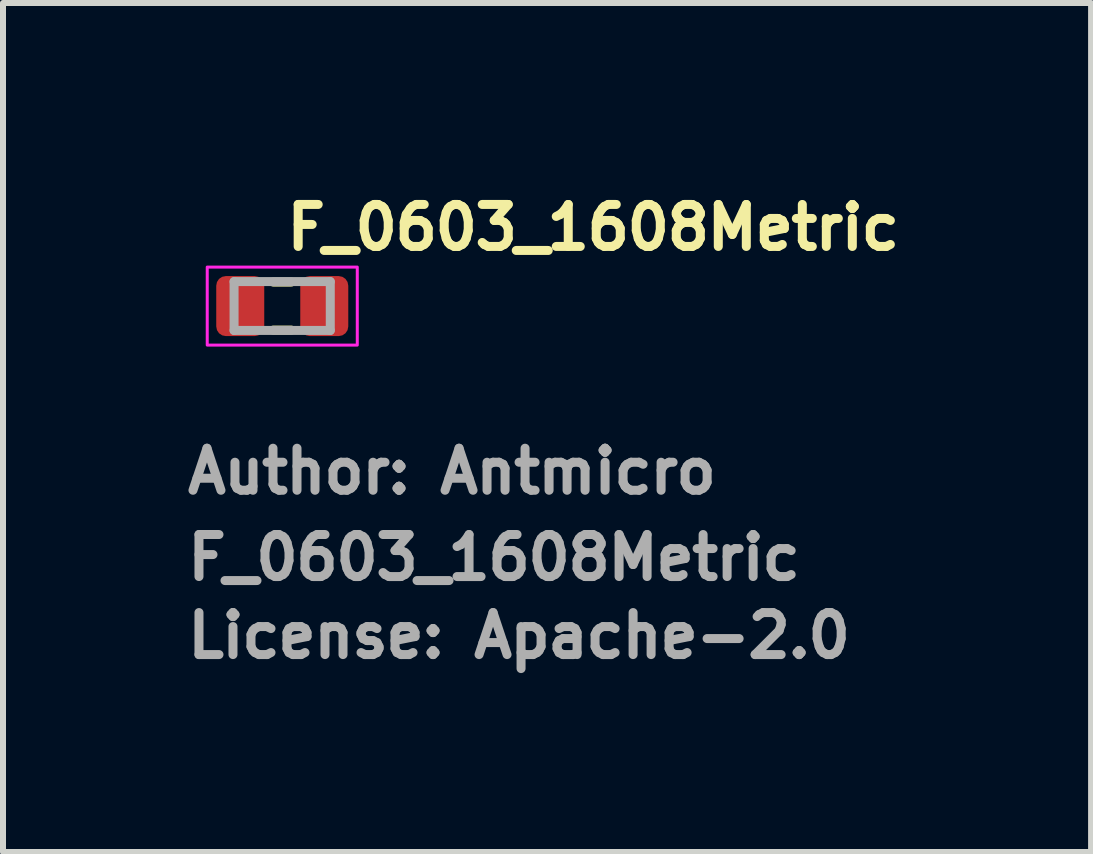
<source format=kicad_pcb>
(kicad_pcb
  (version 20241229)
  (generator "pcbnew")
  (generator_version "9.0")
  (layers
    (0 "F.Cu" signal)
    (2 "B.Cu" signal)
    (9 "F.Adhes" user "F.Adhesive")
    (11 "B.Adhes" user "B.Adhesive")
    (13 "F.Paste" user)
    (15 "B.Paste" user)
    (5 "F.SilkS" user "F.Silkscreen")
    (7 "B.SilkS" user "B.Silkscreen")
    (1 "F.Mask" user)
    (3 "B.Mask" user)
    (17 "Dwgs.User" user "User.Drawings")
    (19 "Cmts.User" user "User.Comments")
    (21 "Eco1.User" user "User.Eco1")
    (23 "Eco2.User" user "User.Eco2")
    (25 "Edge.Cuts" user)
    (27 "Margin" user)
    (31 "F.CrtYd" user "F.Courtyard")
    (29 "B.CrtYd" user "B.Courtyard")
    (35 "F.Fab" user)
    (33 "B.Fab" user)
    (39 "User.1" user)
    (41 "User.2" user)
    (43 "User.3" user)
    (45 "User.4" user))
  (footprint "F_0603_1608Metric"
    (layer "F.Cu")
    (at 1.653 2.05)
    (property "Reference" "F_0603_1608Metric" (at 0 -0.9 0) (layer "F.SilkS") (effects (font (size 0.7 0.7) (thickness 0.15)) (justify left bottom)))
    (attr smd)
    (fp_line (start -0.15 -0.4) (end 0.15 -0.4) (stroke (width 0.15) (type solid)) (layer "F.SilkS"))
    (fp_line (start -0.15 0.4) (end 0.15 0.4) (stroke (width 0.15) (type solid)) (layer "F.SilkS"))
    (fp_rect (start -1.25 -0.65) (end 1.25 0.65) (stroke (width 0.05) (type solid)) (fill no) (layer "F.CrtYd"))
    (fp_line (start -0.803 0.406) (end -0.803 -0.408) (stroke (width 0.15) (type solid)) (layer "F.Fab"))
    (fp_line (start 0.8 -0.408) (end -0.803 -0.408) (stroke (width 0.15) (type solid)) (layer "F.Fab"))
    (fp_line (start 0.8 -0.408) (end 0.8 0.406) (stroke (width 0.15) (type solid)) (layer "F.Fab"))
    (fp_line (start 0.8 0.406) (end -0.803 0.406) (stroke (width 0.15) (type solid)) (layer "F.Fab"))
    (fp_rect (start -0.802 -0.402) (end 0.8 0.4) (stroke (width 0.1) (type solid)) (fill no) (layer "User.5"))
    (fp_line (start -0.802 -0.392) (end -0.802 -0.392) (stroke (width 0.02) (type solid)) (layer "User.9"))
    (fp_line (start -0.802 -0.392) (end -0.801 -0.391) (stroke (width 0.02) (type solid)) (layer "User.9"))
    (fp_line (start -0.802 0.39) (end -0.802 -0.392) (stroke (width 0.02) (type solid)) (layer "User.9"))
    (fp_line (start -0.802 0.39) (end -0.802 0.39) (stroke (width 0.02) (type solid)) (layer "User.9"))
    (fp_line (start -0.802 0.39) (end -0.801 0.39) (stroke (width 0.02) (type solid)) (layer "User.9"))
    (fp_line (start -0.801 -0.396) (end -0.801 -0.395) (stroke (width 0.02) (type solid)) (layer "User.9"))
    (fp_line (start -0.801 -0.395) (end -0.801 -0.395) (stroke (width 0.02) (type solid)) (layer "User.9"))
    (fp_line (start -0.801 -0.395) (end -0.801 -0.394) (stroke (width 0.02) (type solid)) (layer "User.9"))
    (fp_line (start -0.801 -0.394) (end -0.801 -0.394) (stroke (width 0.02) (type solid)) (layer "User.9"))
    (fp_line (start -0.801 -0.394) (end -0.801 -0.394) (stroke (width 0.02) (type solid)) (layer "User.9"))
    (fp_line (start -0.801 -0.394) (end -0.801 -0.393) (stroke (width 0.02) (type solid)) (layer "User.9"))
    (fp_line (start -0.801 -0.393) (end -0.801 -0.393) (stroke (width 0.02) (type solid)) (layer "User.9"))
    (fp_line (start -0.801 -0.393) (end -0.801 -0.392) (stroke (width 0.02) (type solid)) (layer "User.9"))
    (fp_line (start -0.801 -0.392) (end -0.802 -0.392) (stroke (width 0.02) (type solid)) (layer "User.9"))
    (fp_line (start -0.801 -0.391) (end -0.801 -0.39) (stroke (width 0.02) (type solid)) (layer "User.9"))
    (fp_line (start -0.801 -0.39) (end -0.801 -0.39) (stroke (width 0.02) (type solid)) (layer "User.9"))
    (fp_line (start -0.801 -0.39) (end -0.801 -0.389) (stroke (width 0.02) (type solid)) (layer "User.9"))
    (fp_line (start -0.801 -0.389) (end -0.801 -0.389) (stroke (width 0.02) (type solid)) (layer "User.9"))
    (fp_line (start -0.801 -0.389) (end -0.801 -0.389) (stroke (width 0.02) (type solid)) (layer "User.9"))
    (fp_line (start -0.801 -0.389) (end -0.801 -0.388) (stroke (width 0.02) (type solid)) (layer "User.9"))
    (fp_line (start -0.801 -0.388) (end -0.801 -0.388) (stroke (width 0.02) (type solid)) (layer "User.9"))
    (fp_line (start -0.801 -0.388) (end -0.801 -0.387) (stroke (width 0.02) (type solid)) (layer "User.9"))
    (fp_line (start -0.801 -0.387) (end -0.8 -0.387) (stroke (width 0.02) (type solid)) (layer "User.9"))
    (fp_line (start -0.801 0.385) (end -0.801 0.386) (stroke (width 0.02) (type solid)) (layer "User.9"))
    (fp_line (start -0.801 0.386) (end -0.801 0.386) (stroke (width 0.02) (type solid)) (layer "User.9"))
    (fp_line (start -0.801 0.386) (end -0.801 0.387) (stroke (width 0.02) (type solid)) (layer "User.9"))
    (fp_line (start -0.801 0.387) (end -0.801 0.387) (stroke (width 0.02) (type solid)) (layer "User.9"))
    (fp_line (start -0.801 0.387) (end -0.801 0.387) (stroke (width 0.02) (type solid)) (layer "User.9"))
    (fp_line (start -0.801 0.387) (end -0.801 0.388) (stroke (width 0.02) (type solid)) (layer "User.9"))
    (fp_line (start -0.801 0.388) (end -0.801 0.388) (stroke (width 0.02) (type solid)) (layer "User.9"))
    (fp_line (start -0.801 0.388) (end -0.801 0.389) (stroke (width 0.02) (type solid)) (layer "User.9"))
    (fp_line (start -0.801 0.389) (end -0.802 0.39) (stroke (width 0.02) (type solid)) (layer "User.9"))
    (fp_line (start -0.801 0.39) (end -0.801 0.391) (stroke (width 0.02) (type solid)) (layer "User.9"))
    (fp_line (start -0.801 0.391) (end -0.801 0.391) (stroke (width 0.02) (type solid)) (layer "User.9"))
    (fp_line (start -0.801 0.391) (end -0.801 0.392) (stroke (width 0.02) (type solid)) (layer "User.9"))
    (fp_line (start -0.801 0.392) (end -0.801 0.392) (stroke (width 0.02) (type solid)) (layer "User.9"))
    (fp_line (start -0.801 0.392) (end -0.801 0.392) (stroke (width 0.02) (type solid)) (layer "User.9"))
    (fp_line (start -0.801 0.392) (end -0.801 0.393) (stroke (width 0.02) (type solid)) (layer "User.9"))
    (fp_line (start -0.801 0.393) (end -0.801 0.393) (stroke (width 0.02) (type solid)) (layer "User.9"))
    (fp_line (start -0.801 0.393) (end -0.801 0.394) (stroke (width 0.02) (type solid)) (layer "User.9"))
    (fp_line (start -0.801 0.394) (end -0.8 0.394) (stroke (width 0.02) (type solid)) (layer "User.9"))
    (fp_line (start -0.8 -0.397) (end -0.8 -0.397) (stroke (width 0.02) (type solid)) (layer "User.9"))
    (fp_line (start -0.8 -0.397) (end -0.8 -0.397) (stroke (width 0.02) (type solid)) (layer "User.9"))
    (fp_line (start -0.8 -0.397) (end -0.8 -0.396) (stroke (width 0.02) (type solid)) (layer "User.9"))
    (fp_line (start -0.8 -0.396) (end -0.801 -0.396) (stroke (width 0.02) (type solid)) (layer "User.9"))
    (fp_line (start -0.8 -0.387) (end -0.8 -0.386) (stroke (width 0.02) (type solid)) (layer "User.9"))
    (fp_line (start -0.8 -0.386) (end -0.8 -0.386) (stroke (width 0.02) (type solid)) (layer "User.9"))
    (fp_line (start -0.8 -0.386) (end -0.8 -0.386) (stroke (width 0.02) (type solid)) (layer "User.9"))
    (fp_line (start -0.8 -0.386) (end -0.799 -0.384) (stroke (width 0.02) (type solid)) (layer "User.9"))
    (fp_line (start -0.8 0.384) (end -0.8 0.384) (stroke (width 0.02) (type solid)) (layer "User.9"))
    (fp_line (start -0.8 0.384) (end -0.8 0.384) (stroke (width 0.02) (type solid)) (layer "User.9"))
    (fp_line (start -0.8 0.384) (end -0.8 0.385) (stroke (width 0.02) (type solid)) (layer "User.9"))
    (fp_line (start -0.8 0.385) (end -0.801 0.385) (stroke (width 0.02) (type solid)) (layer "User.9"))
    (fp_line (start -0.8 0.394) (end -0.8 0.395) (stroke (width 0.02) (type solid)) (layer "User.9"))
    (fp_line (start -0.8 0.395) (end -0.8 0.395) (stroke (width 0.02) (type solid)) (layer "User.9"))
    (fp_line (start -0.8 0.395) (end -0.8 0.395) (stroke (width 0.02) (type solid)) (layer "User.9"))
    (fp_line (start -0.8 0.395) (end -0.799 0.396) (stroke (width 0.02) (type solid)) (layer "User.9"))
    (fp_line (start -0.799 -0.399) (end -0.799 -0.398) (stroke (width 0.02) (type solid)) (layer "User.9"))
    (fp_line (start -0.799 -0.398) (end -0.8 -0.397) (stroke (width 0.02) (type solid)) (layer "User.9"))
    (fp_line (start -0.799 -0.398) (end -0.799 -0.398) (stroke (width 0.02) (type solid)) (layer "User.9"))
    (fp_line (start -0.799 -0.384) (end -0.799 -0.384) (stroke (width 0.02) (type solid)) (layer "User.9"))
    (fp_line (start -0.799 -0.384) (end -0.799 -0.383) (stroke (width 0.02) (type solid)) (layer "User.9"))
    (fp_line (start -0.799 -0.383) (end -0.798 -0.383) (stroke (width 0.02) (type solid)) (layer "User.9"))
    (fp_line (start -0.799 0.381) (end -0.799 0.382) (stroke (width 0.02) (type solid)) (layer "User.9"))
    (fp_line (start -0.799 0.382) (end -0.8 0.384) (stroke (width 0.02) (type solid)) (layer "User.9"))
    (fp_line (start -0.799 0.382) (end -0.799 0.382) (stroke (width 0.02) (type solid)) (layer "User.9"))
    (fp_line (start -0.799 0.396) (end -0.799 0.396) (stroke (width 0.02) (type solid)) (layer "User.9"))
    (fp_line (start -0.799 0.396) (end -0.799 0.397) (stroke (width 0.02) (type solid)) (layer "User.9"))
    (fp_line (start -0.799 0.397) (end -0.798 0.397) (stroke (width 0.02) (type solid)) (layer "User.9"))
    (fp_line (start -0.798 -0.399) (end -0.799 -0.399) (stroke (width 0.02) (type solid)) (layer "User.9"))
    (fp_line (start -0.798 -0.399) (end -0.798 -0.399) (stroke (width 0.02) (type solid)) (layer "User.9"))
    (fp_line (start -0.798 -0.383) (end -0.798 -0.383) (stroke (width 0.02) (type solid)) (layer "User.9"))
    (fp_line (start -0.798 -0.383) (end -0.797 -0.382) (stroke (width 0.02) (type solid)) (layer "User.9"))
    (fp_line (start -0.798 0.381) (end -0.799 0.381) (stroke (width 0.02) (type solid)) (layer "User.9"))
    (fp_line (start -0.798 0.381) (end -0.798 0.381) (stroke (width 0.02) (type solid)) (layer "User.9"))
    (fp_line (start -0.798 0.397) (end -0.798 0.397) (stroke (width 0.02) (type solid)) (layer "User.9"))
    (fp_line (start -0.798 0.397) (end -0.797 0.398) (stroke (width 0.02) (type solid)) (layer "User.9"))
    (fp_line (start -0.797 -0.4) (end -0.798 -0.399) (stroke (width 0.02) (type solid)) (layer "User.9"))
    (fp_line (start -0.797 -0.4) (end -0.797 -0.4) (stroke (width 0.02) (type solid)) (layer "User.9"))
    (fp_line (start -0.797 -0.4) (end -0.797 -0.4) (stroke (width 0.02) (type solid)) (layer "User.9"))
    (fp_line (start -0.797 -0.382) (end -0.797 -0.382) (stroke (width 0.02) (type solid)) (layer "User.9"))
    (fp_line (start -0.797 -0.382) (end -0.797 -0.382) (stroke (width 0.02) (type solid)) (layer "User.9"))
    (fp_line (start -0.797 -0.382) (end -0.796 -0.382) (stroke (width 0.02) (type solid)) (layer "User.9"))
    (fp_line (start -0.797 0.38) (end -0.798 0.381) (stroke (width 0.02) (type solid)) (layer "User.9"))
    (fp_line (start -0.797 0.38) (end -0.797 0.38) (stroke (width 0.02) (type solid)) (layer "User.9"))
    (fp_line (start -0.797 0.38) (end -0.797 0.38) (stroke (width 0.02) (type solid)) (layer "User.9"))
    (fp_line (start -0.797 0.398) (end -0.797 0.398) (stroke (width 0.02) (type solid)) (layer "User.9"))
    (fp_line (start -0.797 0.398) (end -0.797 0.398) (stroke (width 0.02) (type solid)) (layer "User.9"))
    (fp_line (start -0.797 0.398) (end -0.796 0.398) (stroke (width 0.02) (type solid)) (layer "User.9"))
    (fp_line (start -0.796 -0.401) (end -0.796 -0.4) (stroke (width 0.02) (type solid)) (layer "User.9"))
    (fp_line (start -0.796 -0.4) (end -0.797 -0.4) (stroke (width 0.02) (type solid)) (layer "User.9"))
    (fp_line (start -0.796 -0.382) (end -0.796 -0.381) (stroke (width 0.02) (type solid)) (layer "User.9"))
    (fp_line (start -0.796 -0.381) (end -0.795 -0.381) (stroke (width 0.02) (type solid)) (layer "User.9"))
    (fp_line (start -0.796 0.379) (end -0.796 0.38) (stroke (width 0.02) (type solid)) (layer "User.9"))
    (fp_line (start -0.796 0.38) (end -0.797 0.38) (stroke (width 0.02) (type solid)) (layer "User.9"))
    (fp_line (start -0.796 0.398) (end -0.796 0.399) (stroke (width 0.02) (type solid)) (layer "User.9"))
    (fp_line (start -0.796 0.399) (end -0.795 0.399) (stroke (width 0.02) (type solid)) (layer "User.9"))
    (fp_line (start -0.795 -0.401) (end -0.796 -0.401) (stroke (width 0.02) (type solid)) (layer "User.9"))
    (fp_line (start -0.795 -0.401) (end -0.795 -0.401) (stroke (width 0.02) (type solid)) (layer "User.9"))
    (fp_line (start -0.795 -0.381) (end -0.795 -0.381) (stroke (width 0.02) (type solid)) (layer "User.9"))
    (fp_line (start -0.795 -0.381) (end -0.794 -0.381) (stroke (width 0.02) (type solid)) (layer "User.9"))
    (fp_line (start -0.795 0.379) (end -0.796 0.379) (stroke (width 0.02) (type solid)) (layer "User.9"))
    (fp_line (start -0.795 0.379) (end -0.795 0.379) (stroke (width 0.02) (type solid)) (layer "User.9"))
    (fp_line (start -0.795 0.399) (end -0.795 0.399) (stroke (width 0.02) (type solid)) (layer "User.9"))
    (fp_line (start -0.795 0.399) (end -0.794 0.399) (stroke (width 0.02) (type solid)) (layer "User.9"))
    (fp_line (start -0.794 -0.401) (end -0.795 -0.401) (stroke (width 0.02) (type solid)) (layer "User.9"))
    (fp_line (start -0.794 -0.401) (end -0.794 -0.401) (stroke (width 0.02) (type solid)) (layer "User.9"))
    (fp_line (start -0.794 -0.401) (end -0.794 -0.401) (stroke (width 0.02) (type solid)) (layer "User.9"))
    (fp_line (start -0.794 -0.381) (end -0.794 -0.381) (stroke (width 0.02) (type solid)) (layer "User.9"))
    (fp_line (start -0.794 -0.381) (end -0.794 -0.381) (stroke (width 0.02) (type solid)) (layer "User.9"))
    (fp_line (start -0.794 -0.381) (end -0.793 -0.381) (stroke (width 0.02) (type solid)) (layer "User.9"))
    (fp_line (start -0.794 0.379) (end -0.795 0.379) (stroke (width 0.02) (type solid)) (layer "User.9"))
    (fp_line (start -0.794 0.379) (end -0.794 0.379) (stroke (width 0.02) (type solid)) (layer "User.9"))
    (fp_line (start -0.794 0.379) (end -0.794 0.379) (stroke (width 0.02) (type solid)) (layer "User.9"))
    (fp_line (start -0.794 0.399) (end -0.794 0.399) (stroke (width 0.02) (type solid)) (layer "User.9"))
    (fp_line (start -0.794 0.399) (end -0.794 0.399) (stroke (width 0.02) (type solid)) (layer "User.9"))
    (fp_line (start -0.794 0.399) (end -0.793 0.399) (stroke (width 0.02) (type solid)) (layer "User.9"))
    (fp_line (start -0.793 -0.401) (end -0.794 -0.401) (stroke (width 0.02) (type solid)) (layer "User.9"))
    (fp_line (start -0.793 -0.401) (end -0.793 -0.401) (stroke (width 0.02) (type solid)) (layer "User.9"))
    (fp_line (start -0.793 -0.381) (end -0.793 -0.381) (stroke (width 0.02) (type solid)) (layer "User.9"))
    (fp_line (start -0.793 -0.381) (end -0.792 -0.381) (stroke (width 0.02) (type solid)) (layer "User.9"))
    (fp_line (start -0.793 0.379) (end -0.794 0.379) (stroke (width 0.02) (type solid)) (layer "User.9"))
    (fp_line (start -0.793 0.379) (end -0.793 0.379) (stroke (width 0.02) (type solid)) (layer "User.9"))
    (fp_line (start -0.793 0.399) (end -0.793 0.399) (stroke (width 0.02) (type solid)) (layer "User.9"))
    (fp_line (start -0.793 0.399) (end -0.792 0.399) (stroke (width 0.02) (type solid)) (layer "User.9"))
    (fp_line (start -0.792 -0.402) (end -0.792 -0.402) (stroke (width 0.02) (type solid)) (layer "User.9"))
    (fp_line (start -0.792 -0.402) (end -0.792 -0.401) (stroke (width 0.02) (type solid)) (layer "User.9"))
    (fp_line (start -0.792 -0.402) (end -0.777 -0.402) (stroke (width 0.02) (type solid)) (layer "User.9"))
    (fp_line (start -0.792 -0.402) (end -0.772 -0.402) (stroke (width 0.02) (type solid)) (layer "User.9"))
    (fp_line (start -0.792 -0.401) (end -0.793 -0.401) (stroke (width 0.02) (type solid)) (layer "User.9"))
    (fp_line (start -0.792 -0.381) (end -0.792 -0.38) (stroke (width 0.02) (type solid)) (layer "User.9"))
    (fp_line (start -0.792 -0.38) (end -0.792 -0.38) (stroke (width 0.02) (type solid)) (layer "User.9"))
    (fp_line (start -0.792 -0.38) (end -0.791 -0.381) (stroke (width 0.02) (type solid)) (layer "User.9"))
    (fp_line (start -0.792 0.378) (end -0.792 0.378) (stroke (width 0.02) (type solid)) (layer "User.9"))
    (fp_line (start -0.792 0.378) (end -0.792 0.379) (stroke (width 0.02) (type solid)) (layer "User.9"))
    (fp_line (start -0.792 0.379) (end -0.793 0.379) (stroke (width 0.02) (type solid)) (layer "User.9"))
    (fp_line (start -0.792 0.399) (end -0.792 0.4) (stroke (width 0.02) (type solid)) (layer "User.9"))
    (fp_line (start -0.792 0.4) (end -0.792 0.4) (stroke (width 0.02) (type solid)) (layer "User.9"))
    (fp_line (start -0.792 0.4) (end -0.791 0.399) (stroke (width 0.02) (type solid)) (layer "User.9"))
    (fp_line (start -0.792 0.4) (end -0.777 0.4) (stroke (width 0.02) (type solid)) (layer "User.9"))
    (fp_line (start -0.792 0.4) (end -0.772 0.4) (stroke (width 0.02) (type solid)) (layer "User.9"))
    (fp_line (start -0.791 -0.401) (end -0.792 -0.402) (stroke (width 0.02) (type solid)) (layer "User.9"))
    (fp_line (start -0.791 -0.381) (end -0.79 -0.381) (stroke (width 0.02) (type solid)) (layer "User.9"))
    (fp_line (start -0.791 0.379) (end -0.792 0.378) (stroke (width 0.02) (type solid)) (layer "User.9"))
    (fp_line (start -0.791 0.399) (end -0.79 0.399) (stroke (width 0.02) (type solid)) (layer "User.9"))
    (fp_line (start -0.79 -0.401) (end -0.791 -0.401) (stroke (width 0.02) (type solid)) (layer "User.9"))
    (fp_line (start -0.79 -0.401) (end -0.79 -0.401) (stroke (width 0.02) (type solid)) (layer "User.9"))
    (fp_line (start -0.79 -0.381) (end -0.79 -0.381) (stroke (width 0.02) (type solid)) (layer "User.9"))
    (fp_line (start -0.79 -0.381) (end -0.789 -0.381) (stroke (width 0.02) (type solid)) (layer "User.9"))
    (fp_line (start -0.79 0.379) (end -0.791 0.379) (stroke (width 0.02) (type solid)) (layer "User.9"))
    (fp_line (start -0.79 0.379) (end -0.79 0.379) (stroke (width 0.02) (type solid)) (layer "User.9"))
    (fp_line (start -0.79 0.399) (end -0.79 0.399) (stroke (width 0.02) (type solid)) (layer "User.9"))
    (fp_line (start -0.79 0.399) (end -0.789 0.399) (stroke (width 0.02) (type solid)) (layer "User.9"))
    (fp_line (start -0.789 -0.401) (end -0.79 -0.401) (stroke (width 0.02) (type solid)) (layer "User.9"))
    (fp_line (start -0.789 -0.401) (end -0.789 -0.401) (stroke (width 0.02) (type solid)) (layer "User.9"))
    (fp_line (start -0.789 -0.401) (end -0.789 -0.401) (stroke (width 0.02) (type solid)) (layer "User.9"))
    (fp_line (start -0.789 -0.381) (end -0.789 -0.381) (stroke (width 0.02) (type solid)) (layer "User.9"))
    (fp_line (start -0.789 -0.381) (end -0.789 -0.381) (stroke (width 0.02) (type solid)) (layer "User.9"))
    (fp_line (start -0.789 -0.381) (end -0.788 -0.381) (stroke (width 0.02) (type solid)) (layer "User.9"))
    (fp_line (start -0.789 0.379) (end -0.79 0.379) (stroke (width 0.02) (type solid)) (layer "User.9"))
    (fp_line (start -0.789 0.379) (end -0.789 0.379) (stroke (width 0.02) (type solid)) (layer "User.9"))
    (fp_line (start -0.789 0.379) (end -0.789 0.379) (stroke (width 0.02) (type solid)) (layer "User.9"))
    (fp_line (start -0.789 0.399) (end -0.789 0.399) (stroke (width 0.02) (type solid)) (layer "User.9"))
    (fp_line (start -0.789 0.399) (end -0.789 0.399) (stroke (width 0.02) (type solid)) (layer "User.9"))
    (fp_line (start -0.789 0.399) (end -0.788 0.399) (stroke (width 0.02) (type solid)) (layer "User.9"))
    (fp_line (start -0.788 -0.401) (end -0.789 -0.401) (stroke (width 0.02) (type solid)) (layer "User.9"))
    (fp_line (start -0.788 -0.401) (end -0.788 -0.401) (stroke (width 0.02) (type solid)) (layer "User.9"))
    (fp_line (start -0.788 -0.381) (end -0.788 -0.381) (stroke (width 0.02) (type solid)) (layer "User.9"))
    (fp_line (start -0.788 -0.381) (end -0.787 -0.381) (stroke (width 0.02) (type solid)) (layer "User.9"))
    (fp_line (start -0.788 0.379) (end -0.789 0.379) (stroke (width 0.02) (type solid)) (layer "User.9"))
    (fp_line (start -0.788 0.379) (end -0.788 0.379) (stroke (width 0.02) (type solid)) (layer "User.9"))
    (fp_line (start -0.788 0.399) (end -0.788 0.399) (stroke (width 0.02) (type solid)) (layer "User.9"))
    (fp_line (start -0.788 0.399) (end -0.787 0.399) (stroke (width 0.02) (type solid)) (layer "User.9"))
    (fp_line (start -0.787 -0.401) (end -0.788 -0.401) (stroke (width 0.02) (type solid)) (layer "User.9"))
    (fp_line (start -0.787 -0.4) (end -0.787 -0.401) (stroke (width 0.02) (type solid)) (layer "User.9"))
    (fp_line (start -0.787 -0.382) (end -0.786 -0.382) (stroke (width 0.02) (type solid)) (layer "User.9"))
    (fp_line (start -0.787 -0.381) (end -0.787 -0.382) (stroke (width 0.02) (type solid)) (layer "User.9"))
    (fp_line (start -0.787 0.379) (end -0.788 0.379) (stroke (width 0.02) (type solid)) (layer "User.9"))
    (fp_line (start -0.787 0.38) (end -0.787 0.379) (stroke (width 0.02) (type solid)) (layer "User.9"))
    (fp_line (start -0.787 0.398) (end -0.786 0.398) (stroke (width 0.02) (type solid)) (layer "User.9"))
    (fp_line (start -0.787 0.399) (end -0.787 0.398) (stroke (width 0.02) (type solid)) (layer "User.9"))
    (fp_line (start -0.786 -0.4) (end -0.787 -0.4) (stroke (width 0.02) (type solid)) (layer "User.9"))
    (fp_line (start -0.786 -0.4) (end -0.786 -0.4) (stroke (width 0.02) (type solid)) (layer "User.9"))
    (fp_line (start -0.786 -0.4) (end -0.786 -0.4) (stroke (width 0.02) (type solid)) (layer "User.9"))
    (fp_line (start -0.786 -0.382) (end -0.786 -0.382) (stroke (width 0.02) (type solid)) (layer "User.9"))
    (fp_line (start -0.786 -0.382) (end -0.786 -0.382) (stroke (width 0.02) (type solid)) (layer "User.9"))
    (fp_line (start -0.786 -0.382) (end -0.785 -0.383) (stroke (width 0.02) (type solid)) (layer "User.9"))
    (fp_line (start -0.786 0.38) (end -0.787 0.38) (stroke (width 0.02) (type solid)) (layer "User.9"))
    (fp_line (start -0.786 0.38) (end -0.786 0.38) (stroke (width 0.02) (type solid)) (layer "User.9"))
    (fp_line (start -0.786 0.38) (end -0.786 0.38) (stroke (width 0.02) (type solid)) (layer "User.9"))
    (fp_line (start -0.786 0.398) (end -0.786 0.398) (stroke (width 0.02) (type solid)) (layer "User.9"))
    (fp_line (start -0.786 0.398) (end -0.786 0.398) (stroke (width 0.02) (type solid)) (layer "User.9"))
    (fp_line (start -0.786 0.398) (end -0.785 0.397) (stroke (width 0.02) (type solid)) (layer "User.9"))
    (fp_line (start -0.785 -0.399) (end -0.786 -0.4) (stroke (width 0.02) (type solid)) (layer "User.9"))
    (fp_line (start -0.785 -0.399) (end -0.785 -0.399) (stroke (width 0.02) (type solid)) (layer "User.9"))
    (fp_line (start -0.785 -0.383) (end -0.785 -0.383) (stroke (width 0.02) (type solid)) (layer "User.9"))
    (fp_line (start -0.785 -0.383) (end -0.784 -0.383) (stroke (width 0.02) (type solid)) (layer "User.9"))
    (fp_line (start -0.785 0.381) (end -0.786 0.38) (stroke (width 0.02) (type solid)) (layer "User.9"))
    (fp_line (start -0.785 0.381) (end -0.785 0.381) (stroke (width 0.02) (type solid)) (layer "User.9"))
    (fp_line (start -0.785 0.397) (end -0.785 0.397) (stroke (width 0.02) (type solid)) (layer "User.9"))
    (fp_line (start -0.785 0.397) (end -0.784 0.397) (stroke (width 0.02) (type solid)) (layer "User.9"))
    (fp_line (start -0.784 -0.399) (end -0.785 -0.399) (stroke (width 0.02) (type solid)) (layer "User.9"))
    (fp_line (start -0.784 -0.398) (end -0.784 -0.399) (stroke (width 0.02) (type solid)) (layer "User.9"))
    (fp_line (start -0.784 -0.398) (end -0.784 -0.398) (stroke (width 0.02) (type solid)) (layer "User.9"))
    (fp_line (start -0.784 -0.384) (end -0.784 -0.384) (stroke (width 0.02) (type solid)) (layer "User.9"))
    (fp_line (start -0.784 -0.384) (end -0.783 -0.386) (stroke (width 0.02) (type solid)) (layer "User.9"))
    (fp_line (start -0.784 -0.383) (end -0.784 -0.384) (stroke (width 0.02) (type solid)) (layer "User.9"))
    (fp_line (start -0.784 0.381) (end -0.785 0.381) (stroke (width 0.02) (type solid)) (layer "User.9"))
    (fp_line (start -0.784 0.382) (end -0.784 0.381) (stroke (width 0.02) (type solid)) (layer "User.9"))
    (fp_line (start -0.784 0.382) (end -0.784 0.382) (stroke (width 0.02) (type solid)) (layer "User.9"))
    (fp_line (start -0.784 0.396) (end -0.784 0.396) (stroke (width 0.02) (type solid)) (layer "User.9"))
    (fp_line (start -0.784 0.396) (end -0.783 0.395) (stroke (width 0.02) (type solid)) (layer "User.9"))
    (fp_line (start -0.784 0.397) (end -0.784 0.396) (stroke (width 0.02) (type solid)) (layer "User.9"))
    (fp_line (start -0.783 -0.397) (end -0.784 -0.398) (stroke (width 0.02) (type solid)) (layer "User.9"))
    (fp_line (start -0.783 -0.397) (end -0.783 -0.397) (stroke (width 0.02) (type solid)) (layer "User.9"))
    (fp_line (start -0.783 -0.397) (end -0.783 -0.397) (stroke (width 0.02) (type solid)) (layer "User.9"))
    (fp_line (start -0.783 -0.396) (end -0.783 -0.397) (stroke (width 0.02) (type solid)) (layer "User.9"))
    (fp_line (start -0.783 -0.387) (end -0.782 -0.387) (stroke (width 0.02) (type solid)) (layer "User.9"))
    (fp_line (start -0.783 -0.386) (end -0.783 -0.387) (stroke (width 0.02) (type solid)) (layer "User.9"))
    (fp_line (start -0.783 -0.386) (end -0.783 -0.386) (stroke (width 0.02) (type solid)) (layer "User.9"))
    (fp_line (start -0.783 -0.386) (end -0.783 -0.386) (stroke (width 0.02) (type solid)) (layer "User.9"))
    (fp_line (start -0.783 0.384) (end -0.784 0.382) (stroke (width 0.02) (type solid)) (layer "User.9"))
    (fp_line (start -0.783 0.384) (end -0.783 0.384) (stroke (width 0.02) (type solid)) (layer "User.9"))
    (fp_line (start -0.783 0.384) (end -0.783 0.384) (stroke (width 0.02) (type solid)) (layer "User.9"))
    (fp_line (start -0.783 0.385) (end -0.783 0.384) (stroke (width 0.02) (type solid)) (layer "User.9"))
    (fp_line (start -0.783 0.394) (end -0.782 0.394) (stroke (width 0.02) (type solid)) (layer "User.9"))
    (fp_line (start -0.783 0.395) (end -0.783 0.394) (stroke (width 0.02) (type solid)) (layer "User.9"))
    (fp_line (start -0.783 0.395) (end -0.783 0.395) (stroke (width 0.02) (type solid)) (layer "User.9"))
    (fp_line (start -0.783 0.395) (end -0.783 0.395) (stroke (width 0.02) (type solid)) (layer "User.9"))
    (fp_line (start -0.782 -0.396) (end -0.783 -0.396) (stroke (width 0.02) (type solid)) (layer "User.9"))
    (fp_line (start -0.782 -0.395) (end -0.782 -0.396) (stroke (width 0.02) (type solid)) (layer "User.9"))
    (fp_line (start -0.782 -0.395) (end -0.782 -0.395) (stroke (width 0.02) (type solid)) (layer "User.9"))
    (fp_line (start -0.782 -0.394) (end -0.782 -0.395) (stroke (width 0.02) (type solid)) (layer "User.9"))
    (fp_line (start -0.782 -0.394) (end -0.782 -0.394) (stroke (width 0.02) (type solid)) (layer "User.9"))
    (fp_line (start -0.782 -0.394) (end -0.782 -0.394) (stroke (width 0.02) (type solid)) (layer "User.9"))
    (fp_line (start -0.782 -0.393) (end -0.782 -0.394) (stroke (width 0.02) (type solid)) (layer "User.9"))
    (fp_line (start -0.782 -0.393) (end -0.782 -0.393) (stroke (width 0.02) (type solid)) (layer "User.9"))
    (fp_line (start -0.782 -0.392) (end -0.782 -0.393) (stroke (width 0.02) (type solid)) (layer "User.9"))
    (fp_line (start -0.782 -0.392) (end -0.782 -0.392) (stroke (width 0.02) (type solid)) (layer "User.9"))
    (fp_line (start -0.782 -0.392) (end -0.782 -0.392) (stroke (width 0.02) (type solid)) (layer "User.9"))
    (fp_line (start -0.782 -0.392) (end -0.782 -0.392) (stroke (width 0.02) (type solid)) (layer "User.9"))
    (fp_line (start -0.782 -0.391) (end -0.782 -0.392) (stroke (width 0.02) (type solid)) (layer "User.9"))
    (fp_line (start -0.782 -0.39) (end -0.782 -0.391) (stroke (width 0.02) (type solid)) (layer "User.9"))
    (fp_line (start -0.782 -0.39) (end -0.782 -0.39) (stroke (width 0.02) (type solid)) (layer "User.9"))
    (fp_line (start -0.782 -0.389) (end -0.782 -0.39) (stroke (width 0.02) (type solid)) (layer "User.9"))
    (fp_line (start -0.782 -0.389) (end -0.782 -0.389) (stroke (width 0.02) (type solid)) (layer "User.9"))
    (fp_line (start -0.782 -0.389) (end -0.782 -0.389) (stroke (width 0.02) (type solid)) (layer "User.9"))
    (fp_line (start -0.782 -0.388) (end -0.782 -0.389) (stroke (width 0.02) (type solid)) (layer "User.9"))
    (fp_line (start -0.782 -0.388) (end -0.782 -0.388) (stroke (width 0.02) (type solid)) (layer "User.9"))
    (fp_line (start -0.782 -0.387) (end -0.782 -0.388) (stroke (width 0.02) (type solid)) (layer "User.9"))
    (fp_line (start -0.782 0.385) (end -0.783 0.385) (stroke (width 0.02) (type solid)) (layer "User.9"))
    (fp_line (start -0.782 0.386) (end -0.782 0.385) (stroke (width 0.02) (type solid)) (layer "User.9"))
    (fp_line (start -0.782 0.386) (end -0.782 0.386) (stroke (width 0.02) (type solid)) (layer "User.9"))
    (fp_line (start -0.782 0.387) (end -0.782 0.386) (stroke (width 0.02) (type solid)) (layer "User.9"))
    (fp_line (start -0.782 0.387) (end -0.782 0.387) (stroke (width 0.02) (type solid)) (layer "User.9"))
    (fp_line (start -0.782 0.387) (end -0.782 0.387) (stroke (width 0.02) (type solid)) (layer "User.9"))
    (fp_line (start -0.782 0.388) (end -0.782 0.387) (stroke (width 0.02) (type solid)) (layer "User.9"))
    (fp_line (start -0.782 0.388) (end -0.782 0.388) (stroke (width 0.02) (type solid)) (layer "User.9"))
    (fp_line (start -0.782 0.389) (end -0.782 0.388) (stroke (width 0.02) (type solid)) (layer "User.9"))
    (fp_line (start -0.782 0.39) (end -0.782 0.389) (stroke (width 0.02) (type solid)) (layer "User.9"))
    (fp_line (start -0.782 0.39) (end -0.782 0.39) (stroke (width 0.02) (type solid)) (layer "User.9"))
    (fp_line (start -0.782 0.39) (end -0.782 0.39) (stroke (width 0.02) (type solid)) (layer "User.9"))
    (fp_line (start -0.782 0.39) (end -0.782 0.39) (stroke (width 0.02) (type solid)) (layer "User.9"))
    (fp_line (start -0.782 0.391) (end -0.782 0.39) (stroke (width 0.02) (type solid)) (layer "User.9"))
    (fp_line (start -0.782 0.391) (end -0.782 0.391) (stroke (width 0.02) (type solid)) (layer "User.9"))
    (fp_line (start -0.782 0.392) (end -0.782 0.391) (stroke (width 0.02) (type solid)) (layer "User.9"))
    (fp_line (start -0.782 0.392) (end -0.782 0.392) (stroke (width 0.02) (type solid)) (layer "User.9"))
    (fp_line (start -0.782 0.392) (end -0.782 0.392) (stroke (width 0.02) (type solid)) (layer "User.9"))
    (fp_line (start -0.782 0.393) (end -0.782 0.392) (stroke (width 0.02) (type solid)) (layer "User.9"))
    (fp_line (start -0.782 0.393) (end -0.782 0.393) (stroke (width 0.02) (type solid)) (layer "User.9"))
    (fp_line (start -0.782 0.394) (end -0.782 0.393) (stroke (width 0.02) (type solid)) (layer "User.9"))
    (fp_line (start -0.777 -0.402) (end -0.772 -0.402) (stroke (width 0.02) (type solid)) (layer "User.9"))
    (fp_line (start -0.777 -0.402) (end -0.772 -0.402) (stroke (width 0.02) (type solid)) (layer "User.9"))
    (fp_line (start -0.772 -0.402) (end -0.792 -0.402) (stroke (width 0.02) (type solid)) (layer "User.9"))
    (fp_line (start -0.772 -0.402) (end -0.6 -0.402) (stroke (width 0.02) (type solid)) (layer "User.9"))
    (fp_line (start -0.772 0.4) (end -0.792 0.4) (stroke (width 0.02) (type solid)) (layer "User.9"))
    (fp_line (start -0.6 -0.402) (end -0.59 -0.392) (stroke (width 0.02) (type solid)) (layer "User.9"))
    (fp_line (start -0.6 -0.402) (end 0.598 -0.402) (stroke (width 0.02) (type solid)) (layer "User.9"))
    (fp_line (start -0.6 0.4) (end -0.772 0.4) (stroke (width 0.02) (type solid)) (layer "User.9"))
    (fp_line (start -0.6 0.4) (end -0.6 -0.402) (stroke (width 0.02) (type solid)) (layer "User.9"))
    (fp_line (start -0.59 0.39) (end -0.6 0.4) (stroke (width 0.02) (type solid)) (layer "User.9"))
    (fp_line (start -0.402 -0.25) (end -0.402 0.248) (stroke (width 0.02) (type solid)) (layer "User.9"))
    (fp_line (start -0.402 0.248) (end -0.332 0.248) (stroke (width 0.02) (type solid)) (layer "User.9"))
    (fp_line (start -0.332 -0.18) (end -0.15 -0.18) (stroke (width 0.02) (type solid)) (layer "User.9"))
    (fp_line (start -0.332 -0.037) (end -0.332 -0.18) (stroke (width 0.02) (type solid)) (layer "User.9"))
    (fp_line (start -0.332 0.248) (end -0.331 0.035) (stroke (width 0.02) (type solid)) (layer "User.9"))
    (fp_line (start -0.331 0.035) (end -0.15 0.035) (stroke (width 0.02) (type solid)) (layer "User.9"))
    (fp_line (start -0.15 -0.25) (end -0.402 -0.25) (stroke (width 0.02) (type solid)) (layer "User.9"))
    (fp_line (start -0.15 -0.18) (end -0.15 -0.25) (stroke (width 0.02) (type solid)) (layer "User.9"))
    (fp_line (start -0.15 -0.037) (end -0.332 -0.037) (stroke (width 0.02) (type solid)) (layer "User.9"))
    (fp_line (start -0.15 0.035) (end -0.15 -0.037) (stroke (width 0.02) (type solid)) (layer "User.9"))
    (fp_line (start 0.148 -0.037) (end 0.148 0.035) (stroke (width 0.02) (type solid)) (layer "User.9"))
    (fp_line (start 0.148 0.035) (end 0.33 0.035) (stroke (width 0.02) (type solid)) (layer "User.9"))
    (fp_line (start 0.148 0.178) (end 0.148 0.248) (stroke (width 0.02) (type solid)) (layer "User.9"))
    (fp_line (start 0.148 0.248) (end 0.4 0.248) (stroke (width 0.02) (type solid)) (layer "User.9"))
    (fp_line (start 0.329 -0.037) (end 0.148 -0.037) (stroke (width 0.02) (type solid)) (layer "User.9"))
    (fp_line (start 0.33 -0.25) (end 0.329 -0.037) (stroke (width 0.02) (type solid)) (layer "User.9"))
    (fp_line (start 0.33 0.035) (end 0.33 0.178) (stroke (width 0.02) (type solid)) (layer "User.9"))
    (fp_line (start 0.33 0.178) (end 0.148 0.178) (stroke (width 0.02) (type solid)) (layer "User.9"))
    (fp_line (start 0.4 -0.25) (end 0.33 -0.25) (stroke (width 0.02) (type solid)) (layer "User.9"))
    (fp_line (start 0.4 0.248) (end 0.4 -0.25) (stroke (width 0.02) (type solid)) (layer "User.9"))
    (fp_line (start 0.588 -0.392) (end 0.598 -0.402) (stroke (width 0.02) (type solid)) (layer "User.9"))
    (fp_line (start 0.588 0.39) (end 0.598 0.4) (stroke (width 0.02) (type solid)) (layer "User.9"))
    (fp_line (start 0.598 -0.402) (end 0.598 0.4) (stroke (width 0.02) (type solid)) (layer "User.9"))
    (fp_line (start 0.598 -0.402) (end 0.77 -0.402) (stroke (width 0.02) (type solid)) (layer "User.9"))
    (fp_line (start 0.598 0.4) (end -0.6 0.4) (stroke (width 0.02) (type solid)) (layer "User.9"))
    (fp_line (start 0.77 -0.402) (end 0.775 -0.402) (stroke (width 0.02) (type solid)) (layer "User.9"))
    (fp_line (start 0.77 -0.402) (end 0.79 -0.402) (stroke (width 0.02) (type solid)) (layer "User.9"))
    (fp_line (start 0.77 0.4) (end 0.598 0.4) (stroke (width 0.02) (type solid)) (layer "User.9"))
    (fp_line (start 0.77 0.4) (end 0.79 0.4) (stroke (width 0.02) (type solid)) (layer "User.9"))
    (fp_line (start 0.775 -0.402) (end 0.77 -0.402) (stroke (width 0.02) (type solid)) (layer "User.9"))
    (fp_line (start 0.775 -0.402) (end 0.79 -0.402) (stroke (width 0.02) (type solid)) (layer "User.9"))
    (fp_line (start 0.775 0.4) (end 0.77 0.4) (stroke (width 0.02) (type solid)) (layer "User.9"))
    (fp_line (start 0.775 0.4) (end 0.77 0.4) (stroke (width 0.02) (type solid)) (layer "User.9"))
    (fp_line (start 0.78 -0.396) (end 0.78 -0.395) (stroke (width 0.02) (type solid)) (layer "User.9"))
    (fp_line (start 0.78 -0.395) (end 0.78 -0.395) (stroke (width 0.02) (type solid)) (layer "User.9"))
    (fp_line (start 0.78 -0.395) (end 0.78 -0.394) (stroke (width 0.02) (type solid)) (layer "User.9"))
    (fp_line (start 0.78 -0.394) (end 0.78 -0.394) (stroke (width 0.02) (type solid)) (layer "User.9"))
    (fp_line (start 0.78 -0.394) (end 0.78 -0.394) (stroke (width 0.02) (type solid)) (layer "User.9"))
    (fp_line (start 0.78 -0.394) (end 0.78 -0.393) (stroke (width 0.02) (type solid)) (layer "User.9"))
    (fp_line (start 0.78 -0.393) (end 0.78 -0.393) (stroke (width 0.02) (type solid)) (layer "User.9"))
    (fp_line (start 0.78 -0.393) (end 0.78 -0.392) (stroke (width 0.02) (type solid)) (layer "User.9"))
    (fp_line (start 0.78 -0.392) (end 0.78 -0.392) (stroke (width 0.02) (type solid)) (layer "User.9"))
    (fp_line (start 0.78 -0.392) (end 0.78 -0.392) (stroke (width 0.02) (type solid)) (layer "User.9"))
    (fp_line (start 0.78 -0.392) (end 0.78 -0.391) (stroke (width 0.02) (type solid)) (layer "User.9"))
    (fp_line (start 0.78 -0.391) (end 0.78 -0.39) (stroke (width 0.02) (type solid)) (layer "User.9"))
    (fp_line (start 0.78 -0.39) (end 0.78 -0.39) (stroke (width 0.02) (type solid)) (layer "User.9"))
    (fp_line (start 0.78 -0.39) (end 0.78 -0.389) (stroke (width 0.02) (type solid)) (layer "User.9"))
    (fp_line (start 0.78 -0.389) (end 0.78 -0.389) (stroke (width 0.02) (type solid)) (layer "User.9"))
    (fp_line (start 0.78 -0.389) (end 0.78 -0.389) (stroke (width 0.02) (type solid)) (layer "User.9"))
    (fp_line (start 0.78 -0.389) (end 0.78 -0.388) (stroke (width 0.02) (type solid)) (layer "User.9"))
    (fp_line (start 0.78 -0.388) (end 0.78 -0.388) (stroke (width 0.02) (type solid)) (layer "User.9"))
    (fp_line (start 0.78 -0.388) (end 0.78 -0.387) (stroke (width 0.02) (type solid)) (layer "User.9"))
    (fp_line (start 0.78 -0.387) (end 0.781 -0.387) (stroke (width 0.02) (type solid)) (layer "User.9"))
    (fp_line (start 0.78 0.385) (end 0.78 0.386) (stroke (width 0.02) (type solid)) (layer "User.9"))
    (fp_line (start 0.78 0.386) (end 0.78 0.386) (stroke (width 0.02) (type solid)) (layer "User.9"))
    (fp_line (start 0.78 0.386) (end 0.78 0.387) (stroke (width 0.02) (type solid)) (layer "User.9"))
    (fp_line (start 0.78 0.387) (end 0.78 0.387) (stroke (width 0.02) (type solid)) (layer "User.9"))
    (fp_line (start 0.78 0.387) (end 0.78 0.387) (stroke (width 0.02) (type solid)) (layer "User.9"))
    (fp_line (start 0.78 0.387) (end 0.78 0.388) (stroke (width 0.02) (type solid)) (layer "User.9"))
    (fp_line (start 0.78 0.388) (end 0.78 0.388) (stroke (width 0.02) (type solid)) (layer "User.9"))
    (fp_line (start 0.78 0.388) (end 0.78 0.389) (stroke (width 0.02) (type solid)) (layer "User.9"))
    (fp_line (start 0.78 0.389) (end 0.78 0.39) (stroke (width 0.02) (type solid)) (layer "User.9"))
    (fp_line (start 0.78 0.39) (end 0.78 0.39) (stroke (width 0.02) (type solid)) (layer "User.9"))
    (fp_line (start 0.78 0.39) (end 0.78 0.39) (stroke (width 0.02) (type solid)) (layer "User.9"))
    (fp_line (start 0.78 0.39) (end 0.78 0.391) (stroke (width 0.02) (type solid)) (layer "User.9"))
    (fp_line (start 0.78 0.391) (end 0.78 0.391) (stroke (width 0.02) (type solid)) (layer "User.9"))
    (fp_line (start 0.78 0.391) (end 0.78 0.392) (stroke (width 0.02) (type solid)) (layer "User.9"))
    (fp_line (start 0.78 0.392) (end 0.78 0.392) (stroke (width 0.02) (type solid)) (layer "User.9"))
    (fp_line (start 0.78 0.392) (end 0.78 0.392) (stroke (width 0.02) (type solid)) (layer "User.9"))
    (fp_line (start 0.78 0.392) (end 0.78 0.393) (stroke (width 0.02) (type solid)) (layer "User.9"))
    (fp_line (start 0.78 0.393) (end 0.78 0.393) (stroke (width 0.02) (type solid)) (layer "User.9"))
    (fp_line (start 0.78 0.393) (end 0.78 0.394) (stroke (width 0.02) (type solid)) (layer "User.9"))
    (fp_line (start 0.78 0.394) (end 0.781 0.394) (stroke (width 0.02) (type solid)) (layer "User.9"))
    (fp_line (start 0.781 -0.397) (end 0.781 -0.397) (stroke (width 0.02) (type solid)) (layer "User.9"))
    (fp_line (start 0.781 -0.397) (end 0.781 -0.397) (stroke (width 0.02) (type solid)) (layer "User.9"))
    (fp_line (start 0.781 -0.397) (end 0.781 -0.396) (stroke (width 0.02) (type solid)) (layer "User.9"))
    (fp_line (start 0.781 -0.396) (end 0.78 -0.396) (stroke (width 0.02) (type solid)) (layer "User.9"))
    (fp_line (start 0.781 -0.387) (end 0.781 -0.386) (stroke (width 0.02) (type solid)) (layer "User.9"))
    (fp_line (start 0.781 -0.386) (end 0.781 -0.386) (stroke (width 0.02) (type solid)) (layer "User.9"))
    (fp_line (start 0.781 -0.386) (end 0.781 -0.386) (stroke (width 0.02) (type solid)) (layer "User.9"))
    (fp_line (start 0.781 -0.386) (end 0.782 -0.384) (stroke (width 0.02) (type solid)) (layer "User.9"))
    (fp_line (start 0.781 0.384) (end 0.781 0.384) (stroke (width 0.02) (type solid)) (layer "User.9"))
    (fp_line (start 0.781 0.384) (end 0.781 0.384) (stroke (width 0.02) (type solid)) (layer "User.9"))
    (fp_line (start 0.781 0.384) (end 0.781 0.385) (stroke (width 0.02) (type solid)) (layer "User.9"))
    (fp_line (start 0.781 0.385) (end 0.78 0.385) (stroke (width 0.02) (type solid)) (layer "User.9"))
    (fp_line (start 0.781 0.394) (end 0.781 0.395) (stroke (width 0.02) (type solid)) (layer "User.9"))
    (fp_line (start 0.781 0.395) (end 0.781 0.395) (stroke (width 0.02) (type solid)) (layer "User.9"))
    (fp_line (start 0.781 0.395) (end 0.781 0.395) (stroke (width 0.02) (type solid)) (layer "User.9"))
    (fp_line (start 0.781 0.395) (end 0.782 0.396) (stroke (width 0.02) (type solid)) (layer "User.9"))
    (fp_line (start 0.782 -0.399) (end 0.782 -0.398) (stroke (width 0.02) (type solid)) (layer "User.9"))
    (fp_line (start 0.782 -0.398) (end 0.781 -0.397) (stroke (width 0.02) (type solid)) (layer "User.9"))
    (fp_line (start 0.782 -0.398) (end 0.782 -0.398) (stroke (width 0.02) (type solid)) (layer "User.9"))
    (fp_line (start 0.782 -0.384) (end 0.782 -0.384) (stroke (width 0.02) (type solid)) (layer "User.9"))
    (fp_line (start 0.782 -0.384) (end 0.782 -0.383) (stroke (width 0.02) (type solid)) (layer "User.9"))
    (fp_line (start 0.782 -0.383) (end 0.783 -0.383) (stroke (width 0.02) (type solid)) (layer "User.9"))
    (fp_line (start 0.782 0.381) (end 0.782 0.382) (stroke (width 0.02) (type solid)) (layer "User.9"))
    (fp_line (start 0.782 0.382) (end 0.781 0.384) (stroke (width 0.02) (type solid)) (layer "User.9"))
    (fp_line (start 0.782 0.382) (end 0.782 0.382) (stroke (width 0.02) (type solid)) (layer "User.9"))
    (fp_line (start 0.782 0.396) (end 0.782 0.396) (stroke (width 0.02) (type solid)) (layer "User.9"))
    (fp_line (start 0.782 0.396) (end 0.782 0.397) (stroke (width 0.02) (type solid)) (layer "User.9"))
    (fp_line (start 0.782 0.397) (end 0.783 0.397) (stroke (width 0.02) (type solid)) (layer "User.9"))
    (fp_line (start 0.783 -0.399) (end 0.782 -0.399) (stroke (width 0.02) (type solid)) (layer "User.9"))
    (fp_line (start 0.783 -0.399) (end 0.783 -0.399) (stroke (width 0.02) (type solid)) (layer "User.9"))
    (fp_line (start 0.783 -0.383) (end 0.783 -0.383) (stroke (width 0.02) (type solid)) (layer "User.9"))
    (fp_line (start 0.783 -0.383) (end 0.784 -0.382) (stroke (width 0.02) (type solid)) (layer "User.9"))
    (fp_line (start 0.783 0.381) (end 0.782 0.381) (stroke (width 0.02) (type solid)) (layer "User.9"))
    (fp_line (start 0.783 0.381) (end 0.783 0.381) (stroke (width 0.02) (type solid)) (layer "User.9"))
    (fp_line (start 0.783 0.397) (end 0.783 0.397) (stroke (width 0.02) (type solid)) (layer "User.9"))
    (fp_line (start 0.783 0.397) (end 0.784 0.398) (stroke (width 0.02) (type solid)) (layer "User.9"))
    (fp_line (start 0.784 -0.4) (end 0.783 -0.399) (stroke (width 0.02) (type solid)) (layer "User.9"))
    (fp_line (start 0.784 -0.4) (end 0.784 -0.4) (stroke (width 0.02) (type solid)) (layer "User.9"))
    (fp_line (start 0.784 -0.4) (end 0.784 -0.4) (stroke (width 0.02) (type solid)) (layer "User.9"))
    (fp_line (start 0.784 -0.382) (end 0.784 -0.382) (stroke (width 0.02) (type solid)) (layer "User.9"))
    (fp_line (start 0.784 -0.382) (end 0.784 -0.382) (stroke (width 0.02) (type solid)) (layer "User.9"))
    (fp_line (start 0.784 -0.382) (end 0.785 -0.382) (stroke (width 0.02) (type solid)) (layer "User.9"))
    (fp_line (start 0.784 0.38) (end 0.783 0.381) (stroke (width 0.02) (type solid)) (layer "User.9"))
    (fp_line (start 0.784 0.38) (end 0.784 0.38) (stroke (width 0.02) (type solid)) (layer "User.9"))
    (fp_line (start 0.784 0.38) (end 0.784 0.38) (stroke (width 0.02) (type solid)) (layer "User.9"))
    (fp_line (start 0.784 0.398) (end 0.784 0.398) (stroke (width 0.02) (type solid)) (layer "User.9"))
    (fp_line (start 0.784 0.398) (end 0.784 0.398) (stroke (width 0.02) (type solid)) (layer "User.9"))
    (fp_line (start 0.784 0.398) (end 0.785 0.398) (stroke (width 0.02) (type solid)) (layer "User.9"))
    (fp_line (start 0.785 -0.401) (end 0.785 -0.4) (stroke (width 0.02) (type solid)) (layer "User.9"))
    (fp_line (start 0.785 -0.4) (end 0.784 -0.4) (stroke (width 0.02) (type solid)) (layer "User.9"))
    (fp_line (start 0.785 -0.382) (end 0.785 -0.381) (stroke (width 0.02) (type solid)) (layer "User.9"))
    (fp_line (start 0.785 -0.381) (end 0.786 -0.381) (stroke (width 0.02) (type solid)) (layer "User.9"))
    (fp_line (start 0.785 0.379) (end 0.785 0.38) (stroke (width 0.02) (type solid)) (layer "User.9"))
    (fp_line (start 0.785 0.38) (end 0.784 0.38) (stroke (width 0.02) (type solid)) (layer "User.9"))
    (fp_line (start 0.785 0.398) (end 0.785 0.399) (stroke (width 0.02) (type solid)) (layer "User.9"))
    (fp_line (start 0.785 0.399) (end 0.786 0.399) (stroke (width 0.02) (type solid)) (layer "User.9"))
    (fp_line (start 0.786 -0.401) (end 0.785 -0.401) (stroke (width 0.02) (type solid)) (layer "User.9"))
    (fp_line (start 0.786 -0.401) (end 0.786 -0.401) (stroke (width 0.02) (type solid)) (layer "User.9"))
    (fp_line (start 0.786 -0.381) (end 0.786 -0.381) (stroke (width 0.02) (type solid)) (layer "User.9"))
    (fp_line (start 0.786 -0.381) (end 0.787 -0.381) (stroke (width 0.02) (type solid)) (layer "User.9"))
    (fp_line (start 0.786 0.379) (end 0.785 0.379) (stroke (width 0.02) (type solid)) (layer "User.9"))
    (fp_line (start 0.786 0.379) (end 0.786 0.379) (stroke (width 0.02) (type solid)) (layer "User.9"))
    (fp_line (start 0.786 0.399) (end 0.786 0.399) (stroke (width 0.02) (type solid)) (layer "User.9"))
    (fp_line (start 0.786 0.399) (end 0.787 0.399) (stroke (width 0.02) (type solid)) (layer "User.9"))
    (fp_line (start 0.787 -0.401) (end 0.786 -0.401) (stroke (width 0.02) (type solid)) (layer "User.9"))
    (fp_line (start 0.787 -0.401) (end 0.787 -0.401) (stroke (width 0.02) (type solid)) (layer "User.9"))
    (fp_line (start 0.787 -0.401) (end 0.787 -0.401) (stroke (width 0.02) (type solid)) (layer "User.9"))
    (fp_line (start 0.787 -0.381) (end 0.787 -0.381) (stroke (width 0.02) (type solid)) (layer "User.9"))
    (fp_line (start 0.787 -0.381) (end 0.787 -0.381) (stroke (width 0.02) (type solid)) (layer "User.9"))
    (fp_line (start 0.787 -0.381) (end 0.788 -0.381) (stroke (width 0.02) (type solid)) (layer "User.9"))
    (fp_line (start 0.787 0.379) (end 0.786 0.379) (stroke (width 0.02) (type solid)) (layer "User.9"))
    (fp_line (start 0.787 0.379) (end 0.787 0.379) (stroke (width 0.02) (type solid)) (layer "User.9"))
    (fp_line (start 0.787 0.379) (end 0.787 0.379) (stroke (width 0.02) (type solid)) (layer "User.9"))
    (fp_line (start 0.787 0.399) (end 0.787 0.399) (stroke (width 0.02) (type solid)) (layer "User.9"))
    (fp_line (start 0.787 0.399) (end 0.787 0.399) (stroke (width 0.02) (type solid)) (layer "User.9"))
    (fp_line (start 0.787 0.399) (end 0.788 0.399) (stroke (width 0.02) (type solid)) (layer "User.9"))
    (fp_line (start 0.788 -0.401) (end 0.787 -0.401) (stroke (width 0.02) (type solid)) (layer "User.9"))
    (fp_line (start 0.788 -0.401) (end 0.788 -0.401) (stroke (width 0.02) (type solid)) (layer "User.9"))
    (fp_line (start 0.788 -0.381) (end 0.788 -0.381) (stroke (width 0.02) (type solid)) (layer "User.9"))
    (fp_line (start 0.788 -0.381) (end 0.789 -0.381) (stroke (width 0.02) (type solid)) (layer "User.9"))
    (fp_line (start 0.788 0.379) (end 0.787 0.379) (stroke (width 0.02) (type solid)) (layer "User.9"))
    (fp_line (start 0.788 0.379) (end 0.788 0.379) (stroke (width 0.02) (type solid)) (layer "User.9"))
    (fp_line (start 0.788 0.399) (end 0.788 0.399) (stroke (width 0.02) (type solid)) (layer "User.9"))
    (fp_line (start 0.788 0.399) (end 0.789 0.399) (stroke (width 0.02) (type solid)) (layer "User.9"))
    (fp_line (start 0.789 -0.401) (end 0.788 -0.401) (stroke (width 0.02) (type solid)) (layer "User.9"))
    (fp_line (start 0.789 -0.381) (end 0.79 -0.38) (stroke (width 0.02) (type solid)) (layer "User.9"))
    (fp_line (start 0.789 0.379) (end 0.788 0.379) (stroke (width 0.02) (type solid)) (layer "User.9"))
    (fp_line (start 0.789 0.399) (end 0.79 0.4) (stroke (width 0.02) (type solid)) (layer "User.9"))
    (fp_line (start 0.79 -0.402) (end 0.77 -0.402) (stroke (width 0.02) (type solid)) (layer "User.9"))
    (fp_line (start 0.79 -0.402) (end 0.775 -0.402) (stroke (width 0.02) (type solid)) (layer "User.9"))
    (fp_line (start 0.79 -0.402) (end 0.789 -0.401) (stroke (width 0.02) (type solid)) (layer "User.9"))
    (fp_line (start 0.79 -0.402) (end 0.79 -0.402) (stroke (width 0.02) (type solid)) (layer "User.9"))
    (fp_line (start 0.79 -0.401) (end 0.79 -0.402) (stroke (width 0.02) (type solid)) (layer "User.9"))
    (fp_line (start 0.79 -0.381) (end 0.791 -0.381) (stroke (width 0.02) (type solid)) (layer "User.9"))
    (fp_line (start 0.79 -0.38) (end 0.79 -0.381) (stroke (width 0.02) (type solid)) (layer "User.9"))
    (fp_line (start 0.79 -0.38) (end 0.79 -0.38) (stroke (width 0.02) (type solid)) (layer "User.9"))
    (fp_line (start 0.79 0.378) (end 0.789 0.379) (stroke (width 0.02) (type solid)) (layer "User.9"))
    (fp_line (start 0.79 0.378) (end 0.79 0.378) (stroke (width 0.02) (type solid)) (layer "User.9"))
    (fp_line (start 0.79 0.379) (end 0.79 0.378) (stroke (width 0.02) (type solid)) (layer "User.9"))
    (fp_line (start 0.79 0.399) (end 0.791 0.399) (stroke (width 0.02) (type solid)) (layer "User.9"))
    (fp_line (start 0.79 0.4) (end 0.77 0.4) (stroke (width 0.02) (type solid)) (layer "User.9"))
    (fp_line (start 0.79 0.4) (end 0.775 0.4) (stroke (width 0.02) (type solid)) (layer "User.9"))
    (fp_line (start 0.79 0.4) (end 0.79 0.399) (stroke (width 0.02) (type solid)) (layer "User.9"))
    (fp_line (start 0.79 0.4) (end 0.79 0.4) (stroke (width 0.02) (type solid)) (layer "User.9"))
    (fp_line (start 0.791 -0.401) (end 0.79 -0.401) (stroke (width 0.02) (type solid)) (layer "User.9"))
    (fp_line (start 0.791 -0.401) (end 0.791 -0.401) (stroke (width 0.02) (type solid)) (layer "User.9"))
    (fp_line (start 0.791 -0.381) (end 0.791 -0.381) (stroke (width 0.02) (type solid)) (layer "User.9"))
    (fp_line (start 0.791 -0.381) (end 0.792 -0.381) (stroke (width 0.02) (type solid)) (layer "User.9"))
    (fp_line (start 0.791 0.379) (end 0.79 0.379) (stroke (width 0.02) (type solid)) (layer "User.9"))
    (fp_line (start 0.791 0.379) (end 0.791 0.379) (stroke (width 0.02) (type solid)) (layer "User.9"))
    (fp_line (start 0.791 0.399) (end 0.791 0.399) (stroke (width 0.02) (type solid)) (layer "User.9"))
    (fp_line (start 0.791 0.399) (end 0.792 0.399) (stroke (width 0.02) (type solid)) (layer "User.9"))
    (fp_line (start 0.792 -0.401) (end 0.791 -0.401) (stroke (width 0.02) (type solid)) (layer "User.9"))
    (fp_line (start 0.792 -0.401) (end 0.792 -0.401) (stroke (width 0.02) (type solid)) (layer "User.9"))
    (fp_line (start 0.792 -0.401) (end 0.792 -0.401) (stroke (width 0.02) (type solid)) (layer "User.9"))
    (fp_line (start 0.792 -0.381) (end 0.792 -0.381) (stroke (width 0.02) (type solid)) (layer "User.9"))
    (fp_line (start 0.792 -0.381) (end 0.792 -0.381) (stroke (width 0.02) (type solid)) (layer "User.9"))
    (fp_line (start 0.792 -0.381) (end 0.793 -0.381) (stroke (width 0.02) (type solid)) (layer "User.9"))
    (fp_line (start 0.792 0.379) (end 0.791 0.379) (stroke (width 0.02) (type solid)) (layer "User.9"))
    (fp_line (start 0.792 0.379) (end 0.792 0.379) (stroke (width 0.02) (type solid)) (layer "User.9"))
    (fp_line (start 0.792 0.379) (end 0.792 0.379) (stroke (width 0.02) (type solid)) (layer "User.9"))
    (fp_line (start 0.792 0.399) (end 0.792 0.399) (stroke (width 0.02) (type solid)) (layer "User.9"))
    (fp_line (start 0.792 0.399) (end 0.792 0.399) (stroke (width 0.02) (type solid)) (layer "User.9"))
    (fp_line (start 0.792 0.399) (end 0.793 0.399) (stroke (width 0.02) (type solid)) (layer "User.9"))
    (fp_line (start 0.793 -0.401) (end 0.792 -0.401) (stroke (width 0.02) (type solid)) (layer "User.9"))
    (fp_line (start 0.793 -0.401) (end 0.793 -0.401) (stroke (width 0.02) (type solid)) (layer "User.9"))
    (fp_line (start 0.793 -0.381) (end 0.793 -0.381) (stroke (width 0.02) (type solid)) (layer "User.9"))
    (fp_line (start 0.793 -0.381) (end 0.794 -0.381) (stroke (width 0.02) (type solid)) (layer "User.9"))
    (fp_line (start 0.793 0.379) (end 0.792 0.379) (stroke (width 0.02) (type solid)) (layer "User.9"))
    (fp_line (start 0.793 0.379) (end 0.793 0.379) (stroke (width 0.02) (type solid)) (layer "User.9"))
    (fp_line (start 0.793 0.399) (end 0.793 0.399) (stroke (width 0.02) (type solid)) (layer "User.9"))
    (fp_line (start 0.793 0.399) (end 0.794 0.399) (stroke (width 0.02) (type solid)) (layer "User.9"))
    (fp_line (start 0.794 -0.401) (end 0.793 -0.401) (stroke (width 0.02) (type solid)) (layer "User.9"))
    (fp_line (start 0.794 -0.4) (end 0.794 -0.401) (stroke (width 0.02) (type solid)) (layer "User.9"))
    (fp_line (start 0.794 -0.382) (end 0.795 -0.382) (stroke (width 0.02) (type solid)) (layer "User.9"))
    (fp_line (start 0.794 -0.381) (end 0.794 -0.382) (stroke (width 0.02) (type solid)) (layer "User.9"))
    (fp_line (start 0.794 0.379) (end 0.793 0.379) (stroke (width 0.02) (type solid)) (layer "User.9"))
    (fp_line (start 0.794 0.38) (end 0.794 0.379) (stroke (width 0.02) (type solid)) (layer "User.9"))
    (fp_line (start 0.794 0.398) (end 0.795 0.398) (stroke (width 0.02) (type solid)) (layer "User.9"))
    (fp_line (start 0.794 0.399) (end 0.794 0.398) (stroke (width 0.02) (type solid)) (layer "User.9"))
    (fp_line (start 0.795 -0.4) (end 0.794 -0.4) (stroke (width 0.02) (type solid)) (layer "User.9"))
    (fp_line (start 0.795 -0.4) (end 0.795 -0.4) (stroke (width 0.02) (type solid)) (layer "User.9"))
    (fp_line (start 0.795 -0.4) (end 0.795 -0.4) (stroke (width 0.02) (type solid)) (layer "User.9"))
    (fp_line (start 0.795 -0.382) (end 0.795 -0.382) (stroke (width 0.02) (type solid)) (layer "User.9"))
    (fp_line (start 0.795 -0.382) (end 0.795 -0.382) (stroke (width 0.02) (type solid)) (layer "User.9"))
    (fp_line (start 0.795 -0.382) (end 0.796 -0.383) (stroke (width 0.02) (type solid)) (layer "User.9"))
    (fp_line (start 0.795 0.38) (end 0.794 0.38) (stroke (width 0.02) (type solid)) (layer "User.9"))
    (fp_line (start 0.795 0.38) (end 0.795 0.38) (stroke (width 0.02) (type solid)) (layer "User.9"))
    (fp_line (start 0.795 0.38) (end 0.795 0.38) (stroke (width 0.02) (type solid)) (layer "User.9"))
    (fp_line (start 0.795 0.398) (end 0.795 0.398) (stroke (width 0.02) (type solid)) (layer "User.9"))
    (fp_line (start 0.795 0.398) (end 0.795 0.398) (stroke (width 0.02) (type solid)) (layer "User.9"))
    (fp_line (start 0.795 0.398) (end 0.796 0.397) (stroke (width 0.02) (type solid)) (layer "User.9"))
    (fp_line (start 0.796 -0.399) (end 0.795 -0.4) (stroke (width 0.02) (type solid)) (layer "User.9"))
    (fp_line (start 0.796 -0.399) (end 0.796 -0.399) (stroke (width 0.02) (type solid)) (layer "User.9"))
    (fp_line (start 0.796 -0.383) (end 0.796 -0.383) (stroke (width 0.02) (type solid)) (layer "User.9"))
    (fp_line (start 0.796 -0.383) (end 0.797 -0.383) (stroke (width 0.02) (type solid)) (layer "User.9"))
    (fp_line (start 0.796 0.381) (end 0.795 0.38) (stroke (width 0.02) (type solid)) (layer "User.9"))
    (fp_line (start 0.796 0.381) (end 0.796 0.381) (stroke (width 0.02) (type solid)) (layer "User.9"))
    (fp_line (start 0.796 0.397) (end 0.796 0.397) (stroke (width 0.02) (type solid)) (layer "User.9"))
    (fp_line (start 0.796 0.397) (end 0.797 0.397) (stroke (width 0.02) (type solid)) (layer "User.9"))
    (fp_line (start 0.797 -0.399) (end 0.796 -0.399) (stroke (width 0.02) (type solid)) (layer "User.9"))
    (fp_line (start 0.797 -0.398) (end 0.797 -0.399) (stroke (width 0.02) (type solid)) (layer "User.9"))
    (fp_line (start 0.797 -0.398) (end 0.797 -0.398) (stroke (width 0.02) (type solid)) (layer "User.9"))
    (fp_line (start 0.797 -0.384) (end 0.797 -0.384) (stroke (width 0.02) (type solid)) (layer "User.9"))
    (fp_line (start 0.797 -0.384) (end 0.798 -0.386) (stroke (width 0.02) (type solid)) (layer "User.9"))
    (fp_line (start 0.797 -0.383) (end 0.797 -0.384) (stroke (width 0.02) (type solid)) (layer "User.9"))
    (fp_line (start 0.797 0.381) (end 0.796 0.381) (stroke (width 0.02) (type solid)) (layer "User.9"))
    (fp_line (start 0.797 0.382) (end 0.797 0.381) (stroke (width 0.02) (type solid)) (layer "User.9"))
    (fp_line (start 0.797 0.382) (end 0.797 0.382) (stroke (width 0.02) (type solid)) (layer "User.9"))
    (fp_line (start 0.797 0.396) (end 0.797 0.396) (stroke (width 0.02) (type solid)) (layer "User.9"))
    (fp_line (start 0.797 0.396) (end 0.798 0.395) (stroke (width 0.02) (type solid)) (layer "User.9"))
    (fp_line (start 0.797 0.397) (end 0.797 0.396) (stroke (width 0.02) (type solid)) (layer "User.9"))
    (fp_line (start 0.798 -0.397) (end 0.797 -0.398) (stroke (width 0.02) (type solid)) (layer "User.9"))
    (fp_line (start 0.798 -0.397) (end 0.798 -0.397) (stroke (width 0.02) (type solid)) (layer "User.9"))
    (fp_line (start 0.798 -0.397) (end 0.798 -0.397) (stroke (width 0.02) (type solid)) (layer "User.9"))
    (fp_line (start 0.798 -0.396) (end 0.798 -0.397) (stroke (width 0.02) (type solid)) (layer "User.9"))
    (fp_line (start 0.798 -0.387) (end 0.799 -0.387) (stroke (width 0.02) (type solid)) (layer "User.9"))
    (fp_line (start 0.798 -0.386) (end 0.798 -0.387) (stroke (width 0.02) (type solid)) (layer "User.9"))
    (fp_line (start 0.798 -0.386) (end 0.798 -0.386) (stroke (width 0.02) (type solid)) (layer "User.9"))
    (fp_line (start 0.798 -0.386) (end 0.798 -0.386) (stroke (width 0.02) (type solid)) (layer "User.9"))
    (fp_line (start 0.798 0.384) (end 0.797 0.382) (stroke (width 0.02) (type solid)) (layer "User.9"))
    (fp_line (start 0.798 0.384) (end 0.798 0.384) (stroke (width 0.02) (type solid)) (layer "User.9"))
    (fp_line (start 0.798 0.384) (end 0.798 0.384) (stroke (width 0.02) (type solid)) (layer "User.9"))
    (fp_line (start 0.798 0.385) (end 0.798 0.384) (stroke (width 0.02) (type solid)) (layer "User.9"))
    (fp_line (start 0.798 0.394) (end 0.799 0.394) (stroke (width 0.02) (type solid)) (layer "User.9"))
    (fp_line (start 0.798 0.395) (end 0.798 0.394) (stroke (width 0.02) (type solid)) (layer "User.9"))
    (fp_line (start 0.798 0.395) (end 0.798 0.395) (stroke (width 0.02) (type solid)) (layer "User.9"))
    (fp_line (start 0.798 0.395) (end 0.798 0.395) (stroke (width 0.02) (type solid)) (layer "User.9"))
    (fp_line (start 0.799 -0.396) (end 0.798 -0.396) (stroke (width 0.02) (type solid)) (layer "User.9"))
    (fp_line (start 0.799 -0.395) (end 0.799 -0.396) (stroke (width 0.02) (type solid)) (layer "User.9"))
    (fp_line (start 0.799 -0.395) (end 0.799 -0.395) (stroke (width 0.02) (type solid)) (layer "User.9"))
    (fp_line (start 0.799 -0.394) (end 0.799 -0.395) (stroke (width 0.02) (type solid)) (layer "User.9"))
    (fp_line (start 0.799 -0.394) (end 0.799 -0.394) (stroke (width 0.02) (type solid)) (layer "User.9"))
    (fp_line (start 0.799 -0.394) (end 0.799 -0.394) (stroke (width 0.02) (type solid)) (layer "User.9"))
    (fp_line (start 0.799 -0.393) (end 0.799 -0.394) (stroke (width 0.02) (type solid)) (layer "User.9"))
    (fp_line (start 0.799 -0.393) (end 0.799 -0.393) (stroke (width 0.02) (type solid)) (layer "User.9"))
    (fp_line (start 0.799 -0.392) (end 0.799 -0.393) (stroke (width 0.02) (type solid)) (layer "User.9"))
    (fp_line (start 0.799 -0.391) (end 0.8 -0.392) (stroke (width 0.02) (type solid)) (layer "User.9"))
    (fp_line (start 0.799 -0.39) (end 0.799 -0.391) (stroke (width 0.02) (type solid)) (layer "User.9"))
    (fp_line (start 0.799 -0.39) (end 0.799 -0.39) (stroke (width 0.02) (type solid)) (layer "User.9"))
    (fp_line (start 0.799 -0.389) (end 0.799 -0.39) (stroke (width 0.02) (type solid)) (layer "User.9"))
    (fp_line (start 0.799 -0.389) (end 0.799 -0.389) (stroke (width 0.02) (type solid)) (layer "User.9"))
    (fp_line (start 0.799 -0.389) (end 0.799 -0.389) (stroke (width 0.02) (type solid)) (layer "User.9"))
    (fp_line (start 0.799 -0.388) (end 0.799 -0.389) (stroke (width 0.02) (type solid)) (layer "User.9"))
    (fp_line (start 0.799 -0.388) (end 0.799 -0.388) (stroke (width 0.02) (type solid)) (layer "User.9"))
    (fp_line (start 0.799 -0.387) (end 0.799 -0.388) (stroke (width 0.02) (type solid)) (layer "User.9"))
    (fp_line (start 0.799 0.385) (end 0.798 0.385) (stroke (width 0.02) (type solid)) (layer "User.9"))
    (fp_line (start 0.799 0.386) (end 0.799 0.385) (stroke (width 0.02) (type solid)) (layer "User.9"))
    (fp_line (start 0.799 0.386) (end 0.799 0.386) (stroke (width 0.02) (type solid)) (layer "User.9"))
    (fp_line (start 0.799 0.387) (end 0.799 0.386) (stroke (width 0.02) (type solid)) (layer "User.9"))
    (fp_line (start 0.799 0.387) (end 0.799 0.387) (stroke (width 0.02) (type solid)) (layer "User.9"))
    (fp_line (start 0.799 0.387) (end 0.799 0.387) (stroke (width 0.02) (type solid)) (layer "User.9"))
    (fp_line (start 0.799 0.388) (end 0.799 0.387) (stroke (width 0.02) (type solid)) (layer "User.9"))
    (fp_line (start 0.799 0.388) (end 0.799 0.388) (stroke (width 0.02) (type solid)) (layer "User.9"))
    (fp_line (start 0.799 0.389) (end 0.799 0.388) (stroke (width 0.02) (type solid)) (layer "User.9"))
    (fp_line (start 0.799 0.39) (end 0.8 0.39) (stroke (width 0.02) (type solid)) (layer "User.9"))
    (fp_line (start 0.799 0.391) (end 0.799 0.39) (stroke (width 0.02) (type solid)) (layer "User.9"))
    (fp_line (start 0.799 0.391) (end 0.799 0.391) (stroke (width 0.02) (type solid)) (layer "User.9"))
    (fp_line (start 0.799 0.392) (end 0.799 0.391) (stroke (width 0.02) (type solid)) (layer "User.9"))
    (fp_line (start 0.799 0.392) (end 0.799 0.392) (stroke (width 0.02) (type solid)) (layer "User.9"))
    (fp_line (start 0.799 0.392) (end 0.799 0.392) (stroke (width 0.02) (type solid)) (layer "User.9"))
    (fp_line (start 0.799 0.393) (end 0.799 0.392) (stroke (width 0.02) (type solid)) (layer "User.9"))
    (fp_line (start 0.799 0.393) (end 0.799 0.393) (stroke (width 0.02) (type solid)) (layer "User.9"))
    (fp_line (start 0.799 0.394) (end 0.799 0.393) (stroke (width 0.02) (type solid)) (layer "User.9"))
    (fp_line (start 0.8 -0.392) (end 0.799 -0.392) (stroke (width 0.02) (type solid)) (layer "User.9"))
    (fp_line (start 0.8 -0.392) (end 0.8 -0.392) (stroke (width 0.02) (type solid)) (layer "User.9"))
    (fp_line (start 0.8 -0.392) (end 0.8 -0.392) (stroke (width 0.02) (type solid)) (layer "User.9"))
    (fp_line (start 0.8 0.39) (end 0.799 0.389) (stroke (width 0.02) (type solid)) (layer "User.9"))
    (fp_line (start 0.8 0.39) (end 0.8 -0.392) (stroke (width 0.02) (type solid)) (layer "User.9"))
    (fp_line (start 0.8 0.39) (end 0.8 0.39) (stroke (width 0.02) (type solid)) (layer "User.9"))
    (fp_line (start 0.8 0.39) (end 0.8 0.39) (stroke (width 0.02) (type solid)) (layer "User.9"))
    (fp_text user "License: Apache-2.0" (at -1.653 5.9 0) (layer "F.Fab") (effects (font (size 0.7 0.7) (thickness 0.15)) (justify left bottom)))
    (fp_text user "Author: Antmicro" (at -1.653 3.162 0) (layer "F.Fab") (effects (font (size 0.7 0.7) (thickness 0.15)) (justify left bottom)))
    (fp_text user "${REFERENCE}" (at -1.653 4.6 0) (layer "F.Fab") (effects (font (size 0.7 0.7) (thickness 0.15)) (justify left bottom)))
    (pad "1" smd roundrect (at -0.7 0) (size 0.8 1) (layers "F.Cu" "F.Mask" "F.Paste") (roundrect_rratio 0.2))
    (pad "2" smd roundrect (at 0.7 0) (size 0.8 1) (layers "F.Cu" "F.Mask" "F.Paste") (roundrect_rratio 0.2)))
  (gr_rect
    (start -3 -3)
    (end 15.13 11.146)
    (stroke (width 0.1) (type default))
    (fill no)
    (layer "Edge.Cuts")))
</source>
